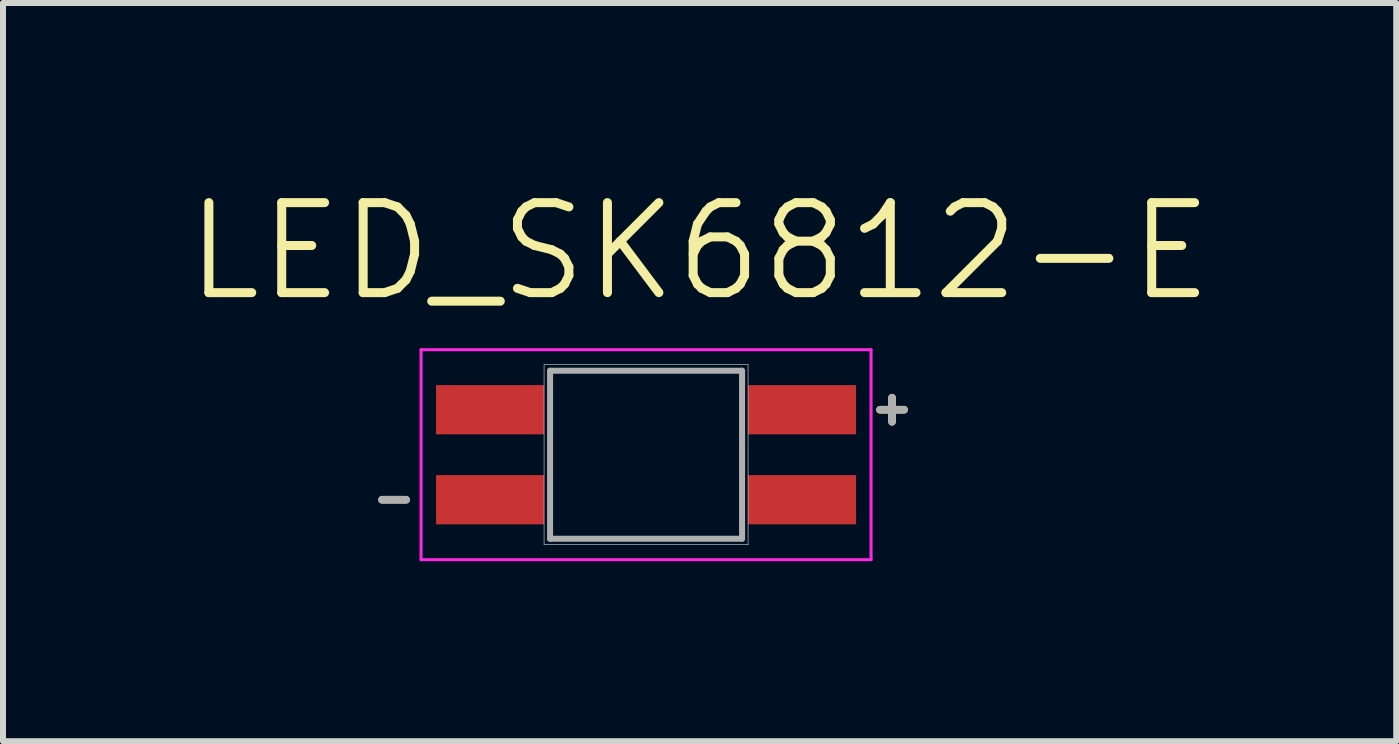
<source format=kicad_pcb>
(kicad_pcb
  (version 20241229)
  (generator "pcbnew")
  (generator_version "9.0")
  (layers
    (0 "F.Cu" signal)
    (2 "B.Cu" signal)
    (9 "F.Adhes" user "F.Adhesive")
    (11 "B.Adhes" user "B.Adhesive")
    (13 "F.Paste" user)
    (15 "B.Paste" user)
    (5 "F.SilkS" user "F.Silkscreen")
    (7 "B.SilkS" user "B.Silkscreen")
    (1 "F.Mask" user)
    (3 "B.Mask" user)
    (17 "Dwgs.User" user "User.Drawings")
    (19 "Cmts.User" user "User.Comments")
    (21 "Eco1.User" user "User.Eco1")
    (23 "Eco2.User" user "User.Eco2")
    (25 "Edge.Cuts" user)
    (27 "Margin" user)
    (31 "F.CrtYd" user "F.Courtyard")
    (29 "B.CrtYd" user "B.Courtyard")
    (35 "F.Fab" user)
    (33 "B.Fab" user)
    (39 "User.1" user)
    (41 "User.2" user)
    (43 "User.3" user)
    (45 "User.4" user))
  (footprint "LED_SK6812-E"
    (layer "F.Cu")
    (at 7.718 4.529)
    (property "Reference" "LED_SK6812-E" (at 0.892 -3.388 0) (layer "F.SilkS") (effects (font (size 1.5 1.5) (thickness 0.15))))
    (attr smd)
    (fp_line (start -4 0.75) (end -4.4 0.75) (stroke (width 0.127) (type solid)) (layer "F.SilkS"))
    (fp_line (start 3.9 -0.75) (end 4.3 -0.75) (stroke (width 0.127) (type solid)) (layer "F.SilkS"))
    (fp_line (start 4.1 -0.95) (end 4.1 -0.55) (stroke (width 0.127) (type solid)) (layer "F.SilkS"))
    (fp_line (start -1.7 -1.5) (end 1.7 -1.5) (stroke (width 0.01) (type solid)) (layer "Edge.Cuts"))
    (fp_line (start -1.7 1.5) (end -1.7 -1.5) (stroke (width 0.01) (type solid)) (layer "Edge.Cuts"))
    (fp_line (start 1.7 -1.5) (end 1.7 1.5) (stroke (width 0.01) (type solid)) (layer "Edge.Cuts"))
    (fp_line (start 1.7 1.5) (end -1.7 1.5) (stroke (width 0.01) (type solid)) (layer "Edge.Cuts"))
    (fp_line (start -3.75 -1.75) (end -3.75 1.75) (stroke (width 0.05) (type solid)) (layer "F.CrtYd"))
    (fp_line (start -3.75 1.75) (end 3.75 1.75) (stroke (width 0.05) (type solid)) (layer "F.CrtYd"))
    (fp_line (start 3.75 -1.75) (end -3.75 -1.75) (stroke (width 0.05) (type solid)) (layer "F.CrtYd"))
    (fp_line (start 3.75 1.75) (end 3.75 -1.75) (stroke (width 0.05) (type solid)) (layer "F.CrtYd"))
    (fp_line (start -4 0.75) (end -4.4 0.75) (stroke (width 0.127) (type solid)) (layer "F.Fab"))
    (fp_line (start -1.6 -1.4) (end -1.6 1.4) (stroke (width 0.1) (type solid)) (layer "F.Fab"))
    (fp_line (start -1.6 1.4) (end 1.6 1.4) (stroke (width 0.1) (type solid)) (layer "F.Fab"))
    (fp_line (start 1.6 -1.4) (end -1.6 -1.4) (stroke (width 0.1) (type solid)) (layer "F.Fab"))
    (fp_line (start 1.6 1.4) (end 1.6 -1.4) (stroke (width 0.1) (type solid)) (layer "F.Fab"))
    (fp_line (start 3.9 -0.75) (end 4.3 -0.75) (stroke (width 0.127) (type solid)) (layer "F.Fab"))
    (fp_line (start 4.1 -0.95) (end 4.1 -0.55) (stroke (width 0.127) (type solid)) (layer "F.Fab"))
    (pad "1" smd rect (at 2.6 -0.75) (size 1.8 0.82) (layers "F.Cu" "F.Mask" "F.Paste"))
    (pad "2" smd rect (at 2.6 0.75) (size 1.8 0.82) (layers "F.Cu" "F.Mask" "F.Paste"))
    (pad "3" smd rect (at -2.6 0.75) (size 1.8 0.82) (layers "F.Cu" "F.Mask" "F.Paste"))
    (pad "4" smd rect (at -2.6 -0.75) (size 1.8 0.82) (layers "F.Cu" "F.Mask" "F.Paste")))
  (gr_rect
    (start -3 -3)
    (end 20.221 9.304)
    (stroke (width 0.1) (type default))
    (fill no)
    (layer "Edge.Cuts")))
</source>
